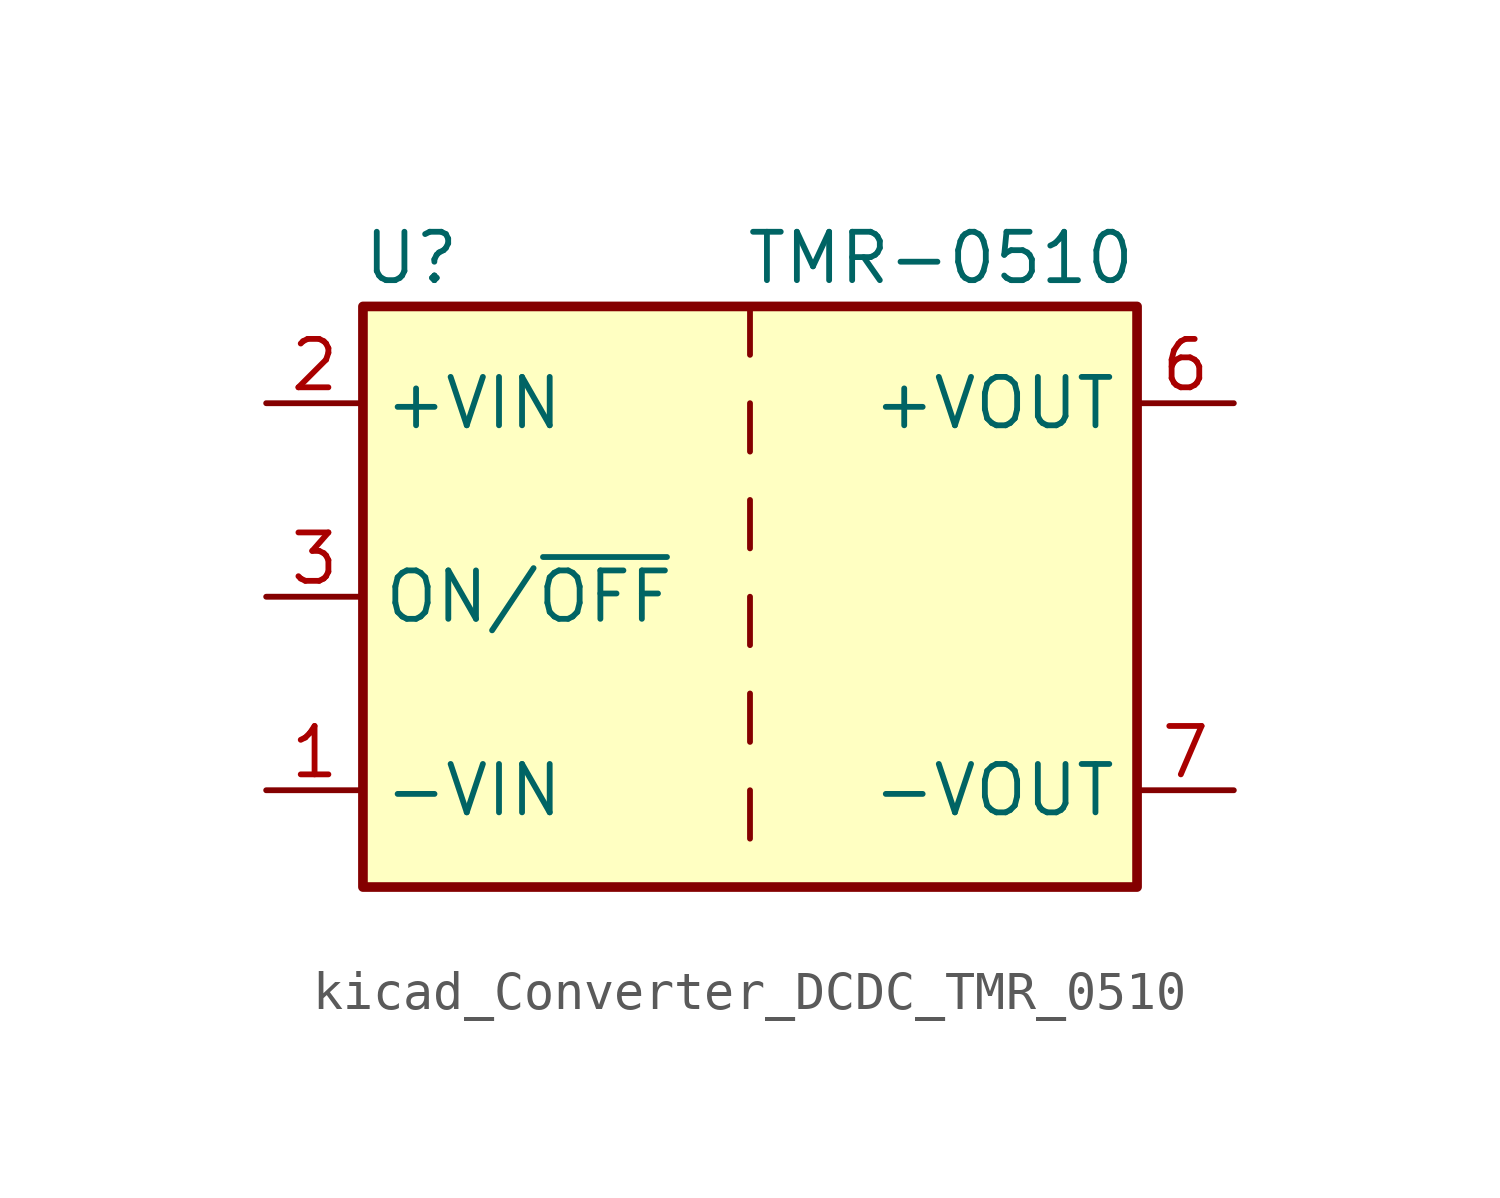
<source format=kicad_sym>
(kicad_symbol_lib
  (version 20220914)
  (generator kicad_symbol_editor)
  (symbol "kicad_Converter_DCDC_TMR_0510"
    (property "Reference" "U"
      (at -8.89 8.89 0)
      (effects (font (size 1.27 1.27))))
    (property "Value" "TMR-0510"
      (at 10.16 8.89 0)
      (effects (font (size 1.27 1.27)) (justify right)))
    (symbol "kicad_Converter_DCDC_TMR_0510_0_1"
      (rectangle (start -10.16 7.62) (end 10.16 -7.62) (stroke (width 0.254) (type default)) (fill (type background)))
      (polyline (pts (xy 0 -5.08) (xy 0 -6.35)) (stroke (width 0) (type default)) (fill (type none)))
      (polyline (pts (xy 0 -2.54) (xy 0 -3.81)) (stroke (width 0) (type default)) (fill (type none)))
      (polyline (pts (xy 0 0) (xy 0 -1.27)) (stroke (width 0) (type default)) (fill (type none)))
      (polyline (pts (xy 0 2.54) (xy 0 1.27)) (stroke (width 0) (type default)) (fill (type none)))
      (polyline (pts (xy 0 5.08) (xy 0 3.81)) (stroke (width 0) (type default)) (fill (type none)))
      (polyline (pts (xy 0 7.62) (xy 0 6.35)) (stroke (width 0) (type default)) (fill (type none))))
    (symbol "kicad_Converter_DCDC_TMR_0510_1_1"
      (pin power_in line (at -12.7 -5.08 0) (length 2.54) (name "-VIN" (effects (font (size 1.27 1.27)))) (number "1" (effects (font (size 1.27 1.27)))))
      (pin power_in line (at -12.7 5.08 0) (length 2.54) (name "+VIN" (effects (font (size 1.27 1.27)))) (number "2" (effects (font (size 1.27 1.27)))))
      (pin input line (at -12.7 0 0) (length 2.54) (name "ON/~{OFF}" (effects (font (size 1.27 1.27)))) (number "3" (effects (font (size 1.27 1.27)))))
      (pin no_connect line (at 10.16 2.54 180) (length 2.54) hide (name "NC" (effects (font (size 1.27 1.27)))) (number "5" (effects (font (size 1.27 1.27)))))
      (pin power_out line (at 12.7 5.08 180) (length 2.54) (name "+VOUT" (effects (font (size 1.27 1.27)))) (number "6" (effects (font (size 1.27 1.27)))))
      (pin power_out line (at 12.7 -5.08 180) (length 2.54) (name "-VOUT" (effects (font (size 1.27 1.27)))) (number "7" (effects (font (size 1.27 1.27)))))
      (pin no_connect line (at 10.16 0 180) (length 2.54) hide (name "NC" (effects (font (size 1.27 1.27)))) (number "8" (effects (font (size 1.27 1.27))))))))
</source>
